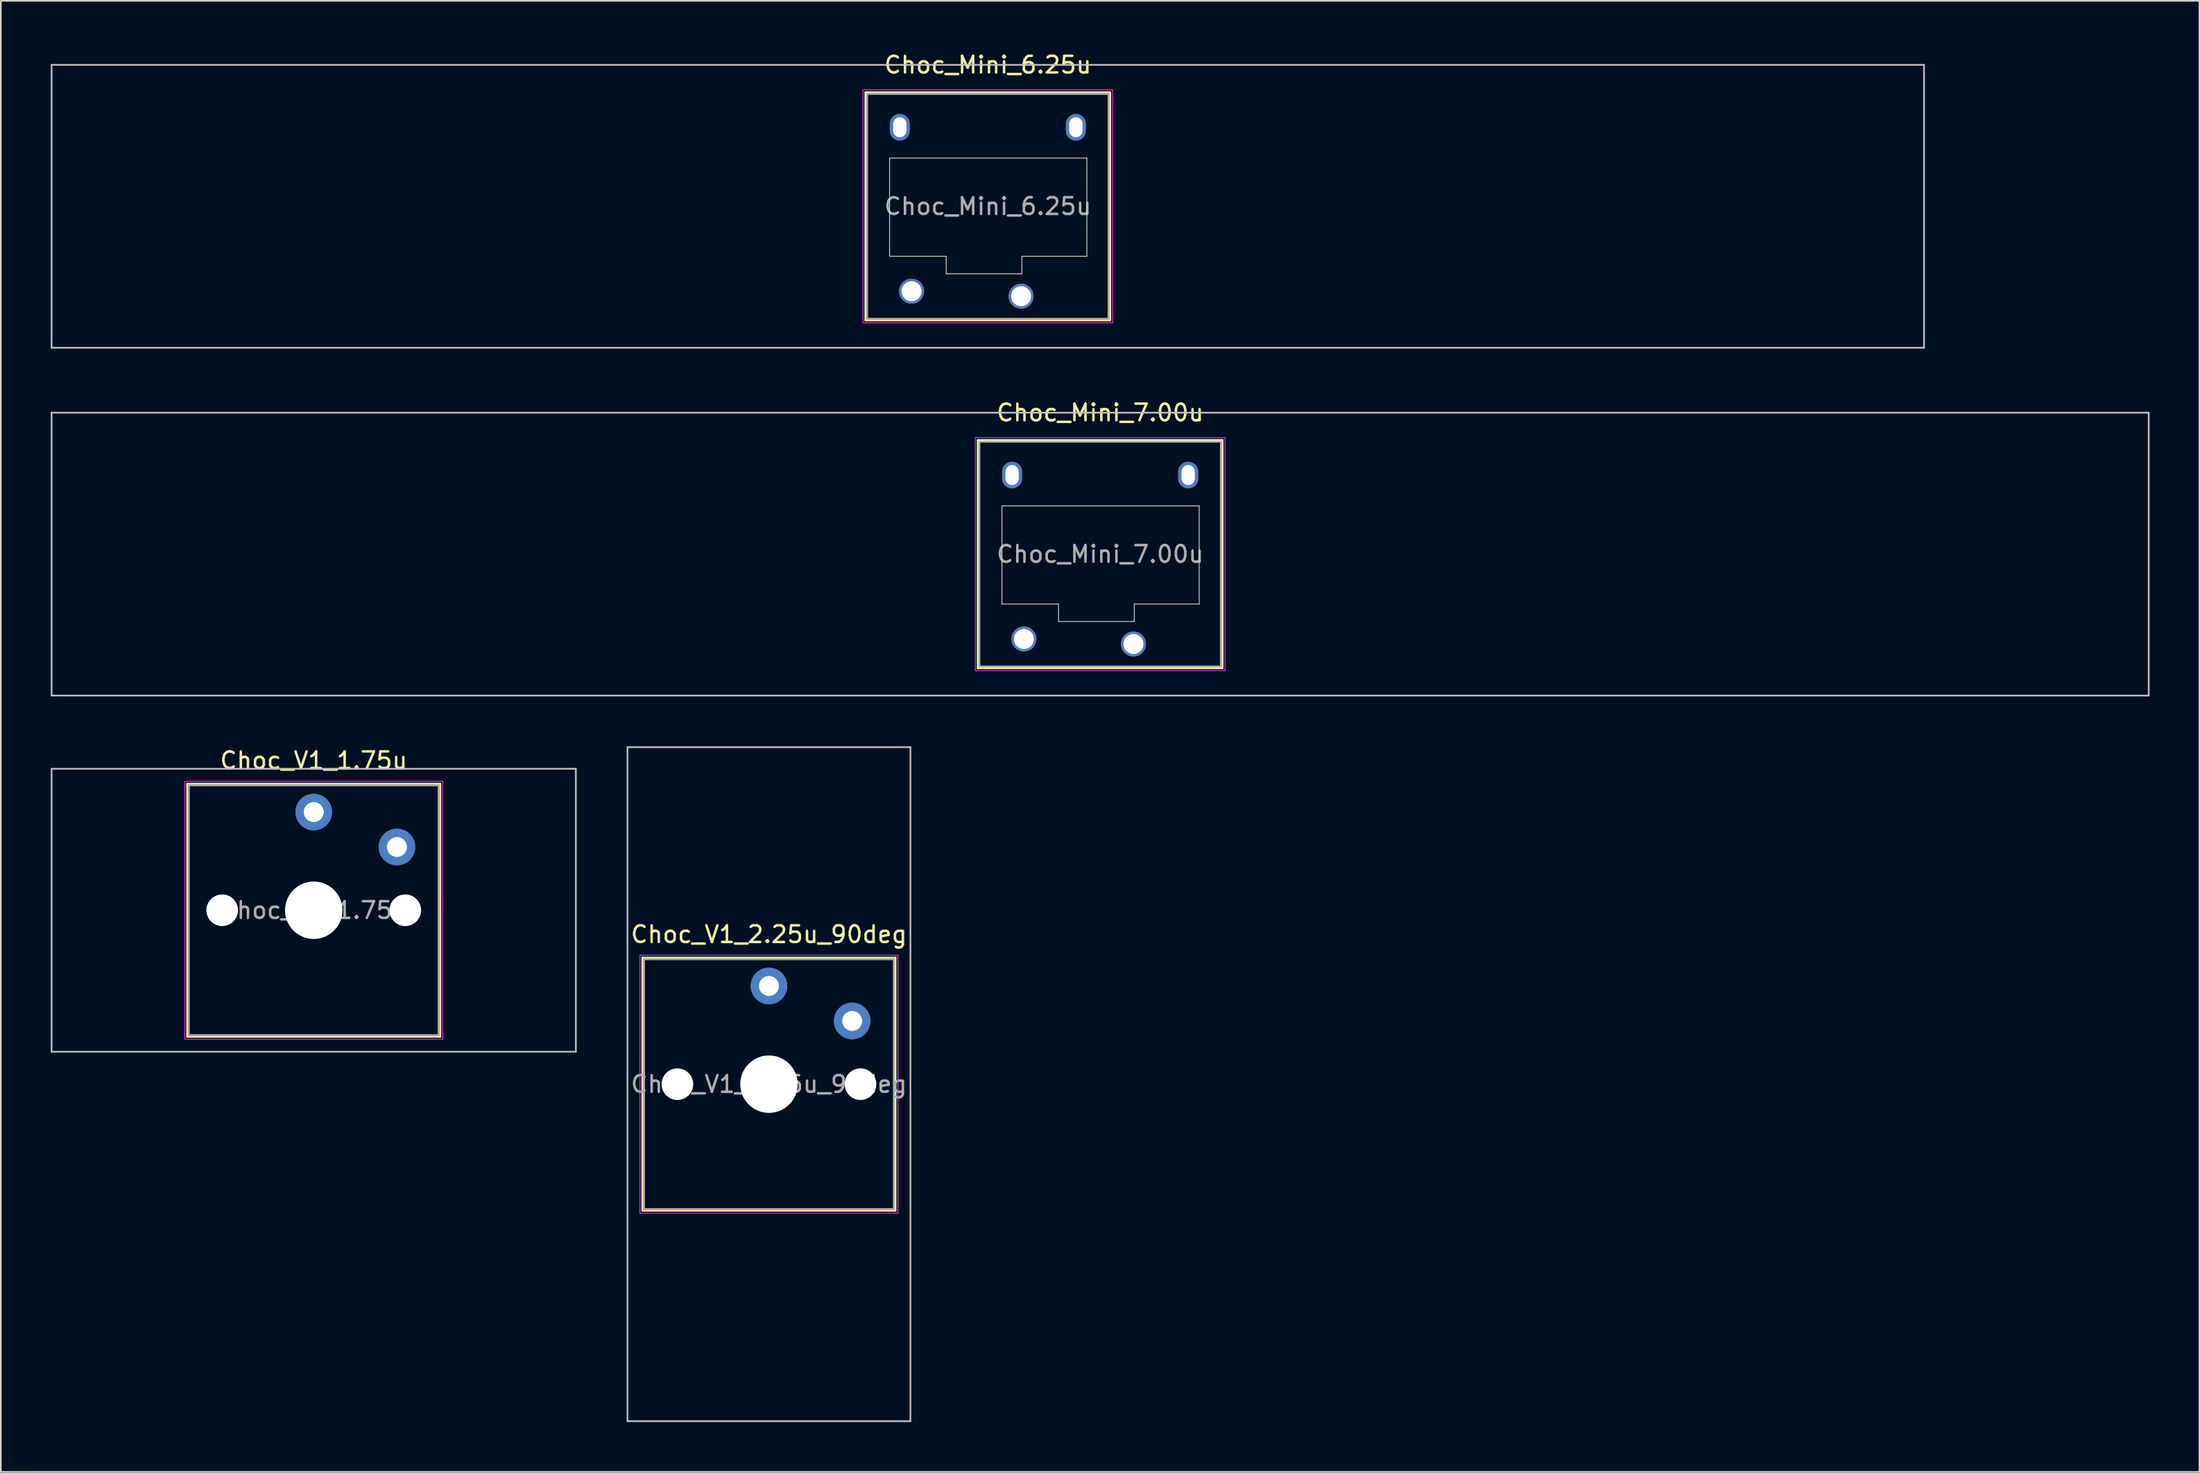
<source format=kicad_pcb>
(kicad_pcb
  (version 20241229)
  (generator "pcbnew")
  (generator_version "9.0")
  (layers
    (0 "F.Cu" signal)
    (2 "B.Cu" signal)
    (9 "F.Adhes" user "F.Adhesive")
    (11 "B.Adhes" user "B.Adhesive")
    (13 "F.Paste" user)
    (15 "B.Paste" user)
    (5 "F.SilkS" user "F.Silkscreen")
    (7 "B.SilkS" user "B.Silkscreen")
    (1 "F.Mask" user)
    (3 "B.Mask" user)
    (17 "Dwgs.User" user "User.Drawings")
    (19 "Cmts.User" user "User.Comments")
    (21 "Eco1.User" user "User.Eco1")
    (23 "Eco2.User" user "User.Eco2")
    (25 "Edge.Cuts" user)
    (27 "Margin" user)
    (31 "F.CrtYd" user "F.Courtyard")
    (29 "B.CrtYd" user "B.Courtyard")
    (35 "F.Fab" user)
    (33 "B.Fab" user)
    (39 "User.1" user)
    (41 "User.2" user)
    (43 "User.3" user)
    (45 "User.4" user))
  (footprint "Choc_Mini_6.25u"
    (layer "F.Cu")
    (at 56.3 9.348)
    (property "Reference" "Choc_Mini_6.25u" (at 0 -8.5 0) (layer "F.SilkS") (effects (font (size 1 1) (thickness 0.15))))
    (attr through_hole)
    (fp_line (start -7.35 -6.85) (end -7.35 6.85) (stroke (width 0.12) (type solid)) (layer "F.SilkS"))
    (fp_line (start -7.35 6.85) (end 7.35 6.85) (stroke (width 0.12) (type solid)) (layer "F.SilkS"))
    (fp_line (start 7.35 -6.85) (end -7.35 -6.85) (stroke (width 0.12) (type solid)) (layer "F.SilkS"))
    (fp_line (start 7.35 6.85) (end 7.35 -6.85) (stroke (width 0.12) (type solid)) (layer "F.SilkS"))
    (fp_line (start -56.25 -8.5) (end -56.25 8.5) (stroke (width 0.1) (type solid)) (layer "Dwgs.User"))
    (fp_line (start -56.25 8.5) (end 56.25 8.5) (stroke (width 0.1) (type solid)) (layer "Dwgs.User"))
    (fp_line (start 56.25 -8.5) (end -56.25 -8.5) (stroke (width 0.1) (type solid)) (layer "Dwgs.User"))
    (fp_line (start 56.25 8.5) (end 56.25 -8.5) (stroke (width 0.1) (type solid)) (layer "Dwgs.User"))
    (fp_line (start -6.85 -6.35) (end -6.85 6.35) (stroke (width 0.1) (type solid)) (layer "Eco1.User"))
    (fp_line (start -6.85 6.35) (end 6.85 6.35) (stroke (width 0.1) (type solid)) (layer "Eco1.User"))
    (fp_line (start 6.85 -6.35) (end -6.85 -6.35) (stroke (width 0.1) (type solid)) (layer "Eco1.User"))
    (fp_line (start 6.85 6.35) (end 6.85 -6.35) (stroke (width 0.1) (type solid)) (layer "Eco1.User"))
    (fp_line (start -5.9 -2.9) (end -5.9 3) (stroke (width 0.05) (type solid)) (layer "Edge.Cuts"))
    (fp_line (start -5.9 3) (end -2.5 3) (stroke (width 0.05) (type solid)) (layer "Edge.Cuts"))
    (fp_line (start -2.5 3) (end -2.5 4.05) (stroke (width 0.05) (type solid)) (layer "Edge.Cuts"))
    (fp_line (start -2.5 4.05) (end 2.05 4.05) (stroke (width 0.05) (type solid)) (layer "Edge.Cuts"))
    (fp_line (start 2.05 3) (end 5.95 3) (stroke (width 0.05) (type solid)) (layer "Edge.Cuts"))
    (fp_line (start 2.05 4.05) (end 2.05 3) (stroke (width 0.05) (type solid)) (layer "Edge.Cuts"))
    (fp_line (start 5.95 -2.9) (end -5.9 -2.9) (stroke (width 0.05) (type solid)) (layer "Edge.Cuts"))
    (fp_line (start 5.95 3) (end 5.95 -2.9) (stroke (width 0.05) (type solid)) (layer "Edge.Cuts"))
    (fp_line (start -7.5 -7) (end -7.5 7) (stroke (width 0.05) (type solid)) (layer "F.CrtYd"))
    (fp_line (start -7.5 7) (end 7.5 7) (stroke (width 0.05) (type solid)) (layer "F.CrtYd"))
    (fp_line (start 7.5 -7) (end -7.5 -7) (stroke (width 0.05) (type solid)) (layer "F.CrtYd"))
    (fp_line (start 7.5 7) (end 7.5 -7) (stroke (width 0.05) (type solid)) (layer "F.CrtYd"))
    (fp_line (start -7.25 -6.75) (end -7.25 6.75) (stroke (width 0.1) (type solid)) (layer "F.Fab"))
    (fp_line (start -7.25 6.75) (end 7.25 6.75) (stroke (width 0.1) (type solid)) (layer "F.Fab"))
    (fp_line (start 7.25 -6.75) (end -7.25 -6.75) (stroke (width 0.1) (type solid)) (layer "F.Fab"))
    (fp_line (start 7.25 6.75) (end 7.25 -6.75) (stroke (width 0.1) (type solid)) (layer "F.Fab"))
    (fp_text user "${REFERENCE}" (at 0 0 0) (layer "F.Fab") (effects (font (size 1 1) (thickness 0.15))))
    (pad "" np_thru_hole oval (at -5.29 -4.75) (size 1.2 1.6) (drill oval 0.8 1.2) (layers "*.Cu" "*.Mask"))
    (pad "" np_thru_hole oval (at 5.29 -4.75) (size 1.2 1.6) (drill oval 0.8 1.2) (layers "*.Cu" "*.Mask"))
    (pad "1" thru_hole circle (at 2 5.4) (size 1.5 1.5) (drill 1.2) (layers "*.Cu" "*.Mask"))
    (pad "2" thru_hole circle (at -4.58 5.1) (size 1.5 1.5) (drill 1.2) (layers "*.Cu" "*.Mask")))
  (footprint "Choc_Mini_7.00u"
    (layer "F.Cu")
    (at 63.05 30.247)
    (property "Reference" "Choc_Mini_7.00u" (at 0 -8.5 0) (layer "F.SilkS") (effects (font (size 1 1) (thickness 0.15))))
    (attr through_hole)
    (fp_line (start -7.35 -6.85) (end -7.35 6.85) (stroke (width 0.12) (type solid)) (layer "F.SilkS"))
    (fp_line (start -7.35 6.85) (end 7.35 6.85) (stroke (width 0.12) (type solid)) (layer "F.SilkS"))
    (fp_line (start 7.35 -6.85) (end -7.35 -6.85) (stroke (width 0.12) (type solid)) (layer "F.SilkS"))
    (fp_line (start 7.35 6.85) (end 7.35 -6.85) (stroke (width 0.12) (type solid)) (layer "F.SilkS"))
    (fp_line (start -63 -8.5) (end -63 8.5) (stroke (width 0.1) (type solid)) (layer "Dwgs.User"))
    (fp_line (start -63 8.5) (end 63 8.5) (stroke (width 0.1) (type solid)) (layer "Dwgs.User"))
    (fp_line (start 63 -8.5) (end -63 -8.5) (stroke (width 0.1) (type solid)) (layer "Dwgs.User"))
    (fp_line (start 63 8.5) (end 63 -8.5) (stroke (width 0.1) (type solid)) (layer "Dwgs.User"))
    (fp_line (start -6.85 -6.35) (end -6.85 6.35) (stroke (width 0.1) (type solid)) (layer "Eco1.User"))
    (fp_line (start -6.85 6.35) (end 6.85 6.35) (stroke (width 0.1) (type solid)) (layer "Eco1.User"))
    (fp_line (start 6.85 -6.35) (end -6.85 -6.35) (stroke (width 0.1) (type solid)) (layer "Eco1.User"))
    (fp_line (start 6.85 6.35) (end 6.85 -6.35) (stroke (width 0.1) (type solid)) (layer "Eco1.User"))
    (fp_line (start -5.9 -2.9) (end -5.9 3) (stroke (width 0.05) (type solid)) (layer "Edge.Cuts"))
    (fp_line (start -5.9 3) (end -2.5 3) (stroke (width 0.05) (type solid)) (layer "Edge.Cuts"))
    (fp_line (start -2.5 3) (end -2.5 4.05) (stroke (width 0.05) (type solid)) (layer "Edge.Cuts"))
    (fp_line (start -2.5 4.05) (end 2.05 4.05) (stroke (width 0.05) (type solid)) (layer "Edge.Cuts"))
    (fp_line (start 2.05 3) (end 5.95 3) (stroke (width 0.05) (type solid)) (layer "Edge.Cuts"))
    (fp_line (start 2.05 4.05) (end 2.05 3) (stroke (width 0.05) (type solid)) (layer "Edge.Cuts"))
    (fp_line (start 5.95 -2.9) (end -5.9 -2.9) (stroke (width 0.05) (type solid)) (layer "Edge.Cuts"))
    (fp_line (start 5.95 3) (end 5.95 -2.9) (stroke (width 0.05) (type solid)) (layer "Edge.Cuts"))
    (fp_line (start -7.5 -7) (end -7.5 7) (stroke (width 0.05) (type solid)) (layer "F.CrtYd"))
    (fp_line (start -7.5 7) (end 7.5 7) (stroke (width 0.05) (type solid)) (layer "F.CrtYd"))
    (fp_line (start 7.5 -7) (end -7.5 -7) (stroke (width 0.05) (type solid)) (layer "F.CrtYd"))
    (fp_line (start 7.5 7) (end 7.5 -7) (stroke (width 0.05) (type solid)) (layer "F.CrtYd"))
    (fp_line (start -7.25 -6.75) (end -7.25 6.75) (stroke (width 0.1) (type solid)) (layer "F.Fab"))
    (fp_line (start -7.25 6.75) (end 7.25 6.75) (stroke (width 0.1) (type solid)) (layer "F.Fab"))
    (fp_line (start 7.25 -6.75) (end -7.25 -6.75) (stroke (width 0.1) (type solid)) (layer "F.Fab"))
    (fp_line (start 7.25 6.75) (end 7.25 -6.75) (stroke (width 0.1) (type solid)) (layer "F.Fab"))
    (fp_text user "${REFERENCE}" (at 0 0 0) (layer "F.Fab") (effects (font (size 1 1) (thickness 0.15))))
    (pad "" np_thru_hole oval (at -5.29 -4.75) (size 1.2 1.6) (drill oval 0.8 1.2) (layers "*.Cu" "*.Mask"))
    (pad "" np_thru_hole oval (at 5.29 -4.75) (size 1.2 1.6) (drill oval 0.8 1.2) (layers "*.Cu" "*.Mask"))
    (pad "1" thru_hole circle (at 2 5.4) (size 1.5 1.5) (drill 1.2) (layers "*.Cu" "*.Mask"))
    (pad "2" thru_hole circle (at -4.58 5.1) (size 1.5 1.5) (drill 1.2) (layers "*.Cu" "*.Mask")))
  (footprint "Choc_V1_2.25u_90deg"
    (layer "F.Cu")
    (at 43.15 62.096)
    (property "Reference" "Choc_V1_2.25u_90deg" (at 0 -9 0) (layer "F.SilkS") (effects (font (size 1 1) (thickness 0.15))))
    (attr through_hole)
    (fp_line (start -7.6 -7.6) (end -7.6 7.6) (stroke (width 0.12) (type solid)) (layer "F.SilkS"))
    (fp_line (start -7.6 7.6) (end 7.6 7.6) (stroke (width 0.12) (type solid)) (layer "F.SilkS"))
    (fp_line (start 7.6 -7.6) (end -7.6 -7.6) (stroke (width 0.12) (type solid)) (layer "F.SilkS"))
    (fp_line (start 7.6 7.6) (end 7.6 -7.6) (stroke (width 0.12) (type solid)) (layer "F.SilkS"))
    (fp_line (start -8.5 -20.25) (end 8.5 -20.25) (stroke (width 0.1) (type solid)) (layer "Dwgs.User"))
    (fp_line (start -8.5 20.25) (end -8.5 -20.25) (stroke (width 0.1) (type solid)) (layer "Dwgs.User"))
    (fp_line (start 8.5 -20.25) (end 8.5 20.25) (stroke (width 0.1) (type solid)) (layer "Dwgs.User"))
    (fp_line (start 8.5 20.25) (end -8.5 20.25) (stroke (width 0.1) (type solid)) (layer "Dwgs.User"))
    (fp_line (start -7.25 -7.25) (end -7.25 7.25) (stroke (width 0.1) (type solid)) (layer "Eco1.User"))
    (fp_line (start -7.25 7.25) (end 7.25 7.25) (stroke (width 0.1) (type solid)) (layer "Eco1.User"))
    (fp_line (start 7.25 -7.25) (end -7.25 -7.25) (stroke (width 0.1) (type solid)) (layer "Eco1.User"))
    (fp_line (start 7.25 7.25) (end 7.25 -7.25) (stroke (width 0.1) (type solid)) (layer "Eco1.User"))
    (fp_line (start -7.75 -7.75) (end -7.75 7.75) (stroke (width 0.05) (type solid)) (layer "F.CrtYd"))
    (fp_line (start -7.75 7.75) (end 7.75 7.75) (stroke (width 0.05) (type solid)) (layer "F.CrtYd"))
    (fp_line (start 7.75 -7.75) (end -7.75 -7.75) (stroke (width 0.05) (type solid)) (layer "F.CrtYd"))
    (fp_line (start 7.75 7.75) (end 7.75 -7.75) (stroke (width 0.05) (type solid)) (layer "F.CrtYd"))
    (fp_line (start -7.5 -7.5) (end -7.5 7.5) (stroke (width 0.1) (type solid)) (layer "F.Fab"))
    (fp_line (start -7.5 7.5) (end 7.5 7.5) (stroke (width 0.1) (type solid)) (layer "F.Fab"))
    (fp_line (start 7.5 -7.5) (end -7.5 -7.5) (stroke (width 0.1) (type solid)) (layer "F.Fab"))
    (fp_line (start 7.5 7.5) (end 7.5 -7.5) (stroke (width 0.1) (type solid)) (layer "F.Fab"))
    (fp_text user "${REFERENCE}" (at 0 0 0) (layer "F.Fab") (effects (font (size 1 1) (thickness 0.15))))
    (pad "" np_thru_hole circle (at -5.5 0) (size 1.9 1.9) (drill 1.9) (layers "*.Cu" "*.Mask"))
    (pad "" np_thru_hole circle (at 0 0) (size 3.45 3.45) (drill 3.45) (layers "*.Cu" "*.Mask"))
    (pad "" np_thru_hole circle (at 5.5 0) (size 1.9 1.9) (drill 1.9) (layers "*.Cu" "*.Mask"))
    (pad "1" thru_hole circle (at 0 -5.9) (size 2.2 2.2) (drill 1.2) (layers "*.Cu" "*.Mask"))
    (pad "2" thru_hole circle (at 5 -3.8) (size 2.2 2.2) (drill 1.2) (layers "*.Cu" "*.Mask")))
  (footprint "Choc_V1_1.75u"
    (layer "F.Cu")
    (at 15.8 51.645)
    (property "Reference" "Choc_V1_1.75u" (at 0 -9 0) (layer "F.SilkS") (effects (font (size 1 1) (thickness 0.15))))
    (attr through_hole)
    (fp_line (start -7.6 -7.6) (end -7.6 7.6) (stroke (width 0.12) (type solid)) (layer "F.SilkS"))
    (fp_line (start -7.6 7.6) (end 7.6 7.6) (stroke (width 0.12) (type solid)) (layer "F.SilkS"))
    (fp_line (start 7.6 -7.6) (end -7.6 -7.6) (stroke (width 0.12) (type solid)) (layer "F.SilkS"))
    (fp_line (start 7.6 7.6) (end 7.6 -7.6) (stroke (width 0.12) (type solid)) (layer "F.SilkS"))
    (fp_line (start -15.75 -8.5) (end -15.75 8.5) (stroke (width 0.1) (type solid)) (layer "Dwgs.User"))
    (fp_line (start -15.75 8.5) (end 15.75 8.5) (stroke (width 0.1) (type solid)) (layer "Dwgs.User"))
    (fp_line (start 15.75 -8.5) (end -15.75 -8.5) (stroke (width 0.1) (type solid)) (layer "Dwgs.User"))
    (fp_line (start 15.75 8.5) (end 15.75 -8.5) (stroke (width 0.1) (type solid)) (layer "Dwgs.User"))
    (fp_line (start -7.25 -7.25) (end -7.25 7.25) (stroke (width 0.1) (type solid)) (layer "Eco1.User"))
    (fp_line (start -7.25 7.25) (end 7.25 7.25) (stroke (width 0.1) (type solid)) (layer "Eco1.User"))
    (fp_line (start 7.25 -7.25) (end -7.25 -7.25) (stroke (width 0.1) (type solid)) (layer "Eco1.User"))
    (fp_line (start 7.25 7.25) (end 7.25 -7.25) (stroke (width 0.1) (type solid)) (layer "Eco1.User"))
    (fp_line (start -7.75 -7.75) (end -7.75 7.75) (stroke (width 0.05) (type solid)) (layer "F.CrtYd"))
    (fp_line (start -7.75 7.75) (end 7.75 7.75) (stroke (width 0.05) (type solid)) (layer "F.CrtYd"))
    (fp_line (start 7.75 -7.75) (end -7.75 -7.75) (stroke (width 0.05) (type solid)) (layer "F.CrtYd"))
    (fp_line (start 7.75 7.75) (end 7.75 -7.75) (stroke (width 0.05) (type solid)) (layer "F.CrtYd"))
    (fp_line (start -7.5 -7.5) (end -7.5 7.5) (stroke (width 0.1) (type solid)) (layer "F.Fab"))
    (fp_line (start -7.5 7.5) (end 7.5 7.5) (stroke (width 0.1) (type solid)) (layer "F.Fab"))
    (fp_line (start 7.5 -7.5) (end -7.5 -7.5) (stroke (width 0.1) (type solid)) (layer "F.Fab"))
    (fp_line (start 7.5 7.5) (end 7.5 -7.5) (stroke (width 0.1) (type solid)) (layer "F.Fab"))
    (fp_text user "${REFERENCE}" (at 0 0 0) (layer "F.Fab") (effects (font (size 1 1) (thickness 0.15))))
    (pad "" np_thru_hole circle (at -5.5 0) (size 1.9 1.9) (drill 1.9) (layers "*.Cu" "*.Mask"))
    (pad "" np_thru_hole circle (at 0 0) (size 3.45 3.45) (drill 3.45) (layers "*.Cu" "*.Mask"))
    (pad "" np_thru_hole circle (at 5.5 0) (size 1.9 1.9) (drill 1.9) (layers "*.Cu" "*.Mask"))
    (pad "1" thru_hole circle (at 0 -5.9) (size 2.2 2.2) (drill 1.2) (layers "*.Cu" "*.Mask"))
    (pad "2" thru_hole circle (at 5 -3.8) (size 2.2 2.2) (drill 1.2) (layers "*.Cu" "*.Mask")))
  (gr_rect
    (start -3 -3)
    (end 129.1 85.397)
    (stroke (width 0.1) (type default))
    (fill no)
    (layer "Edge.Cuts")))
</source>
